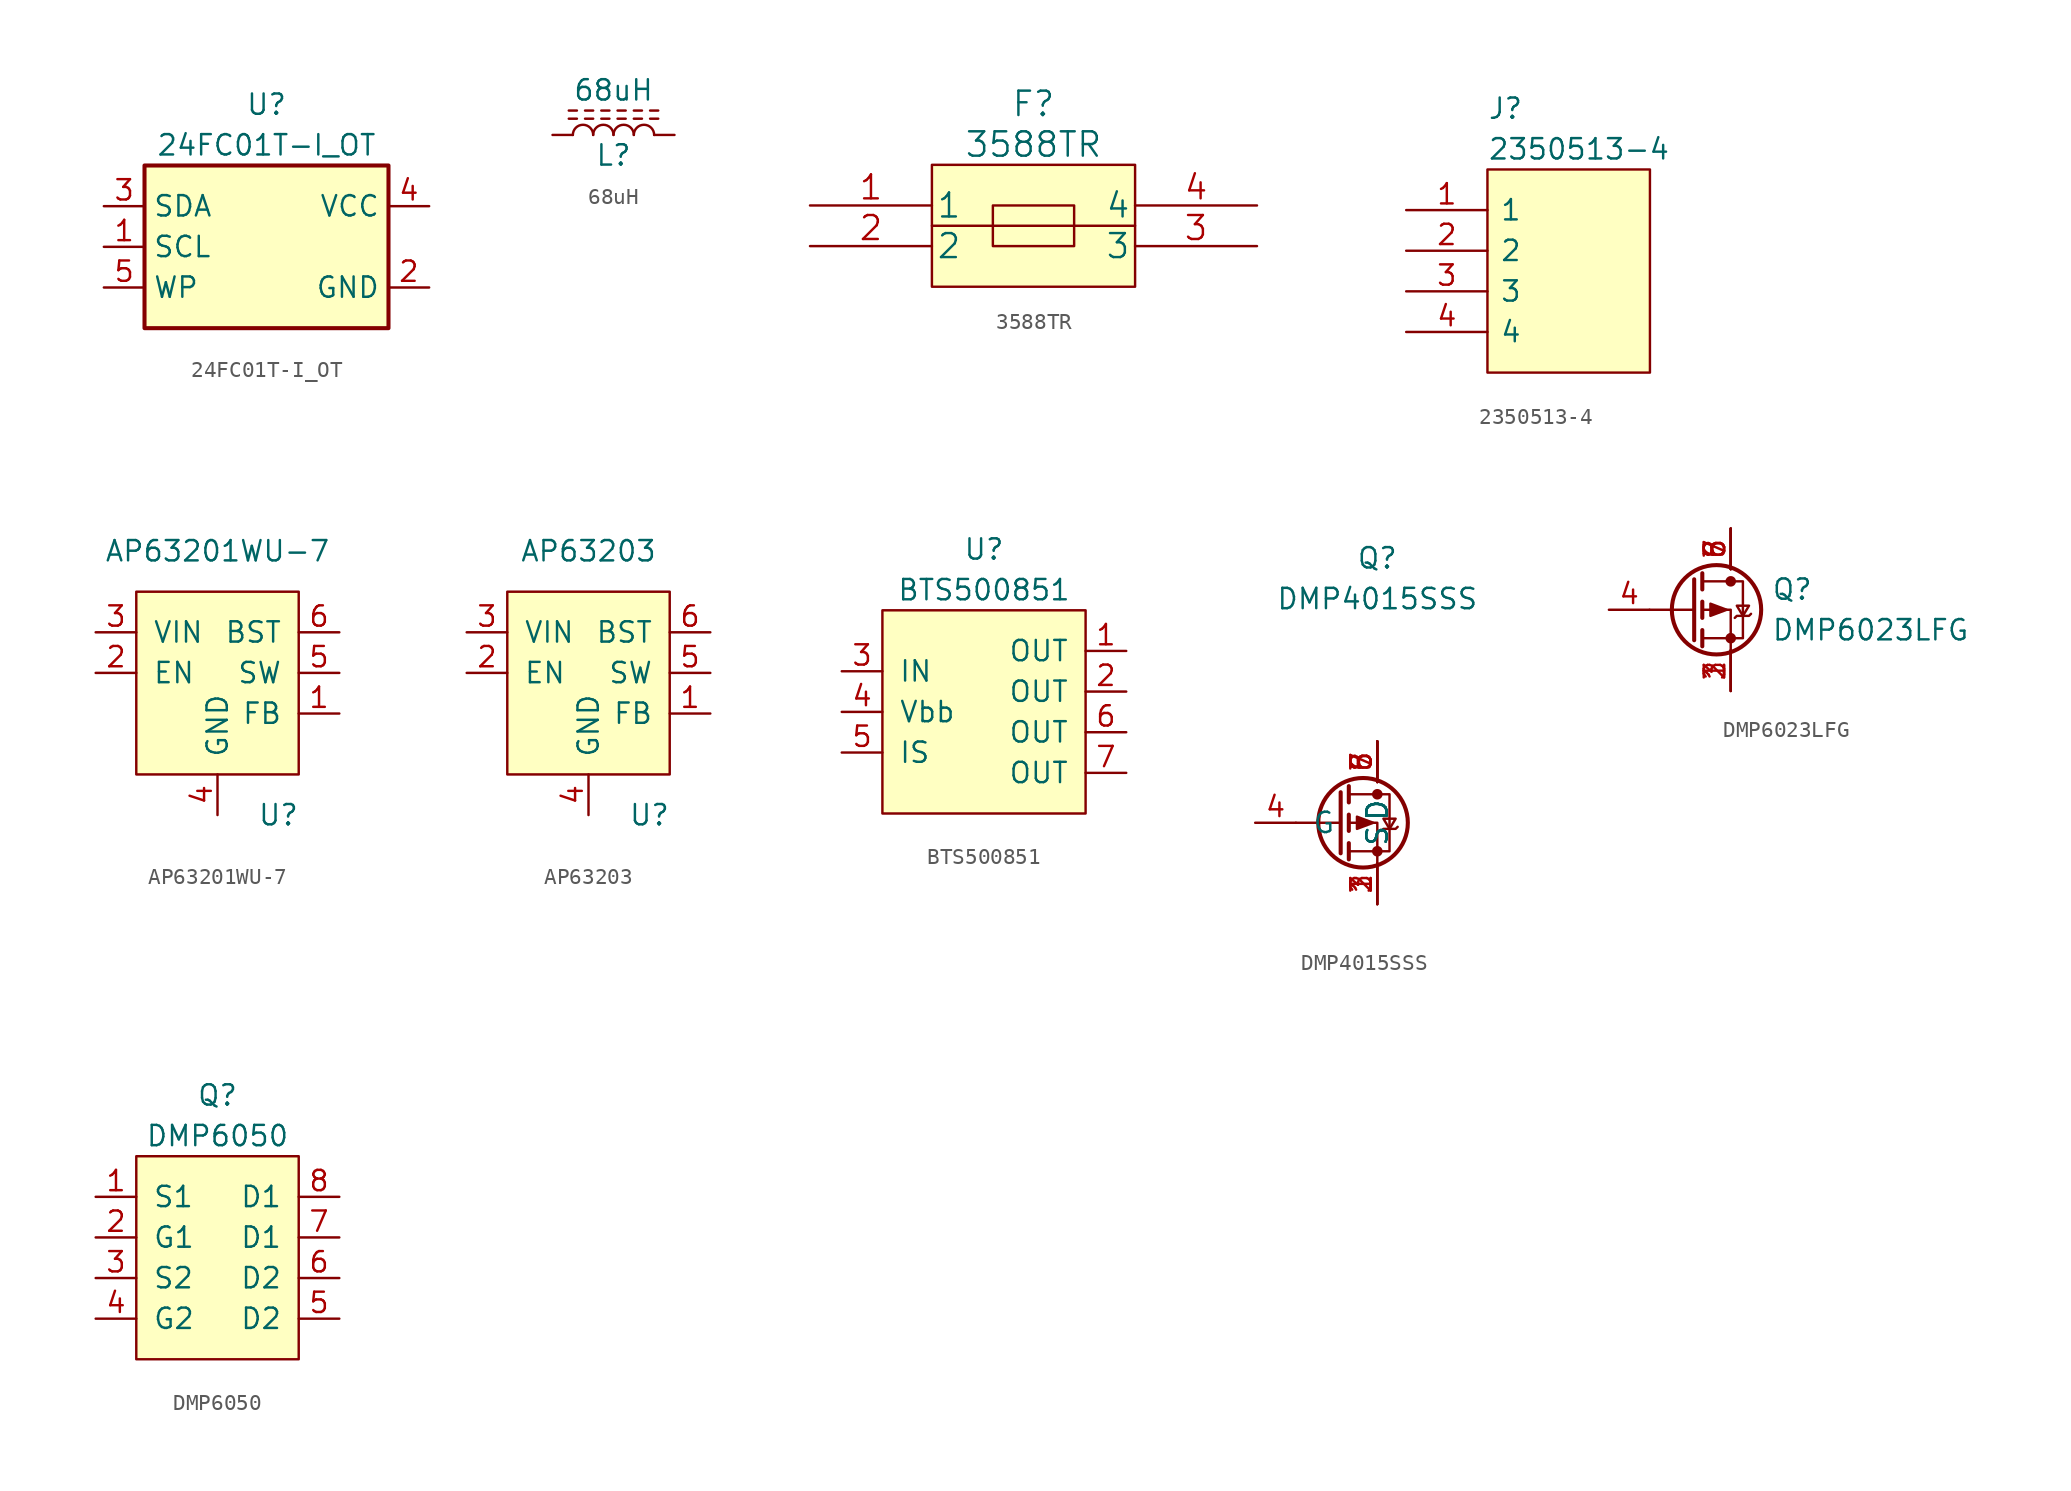
<source format=kicad_sym>
(kicad_symbol_lib
  (version 20211014)
  (generator kicad_symbol_editor)
  (symbol "24FC01T-I_OT"
    (property "Reference" "U"
      (at 0 8.89 0)
      (effects (font (size 1.27 1.27))))
    (property "Value" "24FC01T-I_OT"
      (at 0 6.35 0)
      (effects (font (size 1.27 1.27))))
    (symbol "24FC01T-I_OT_1_1"
      (rectangle (start -7.62 5.08) (end 7.62 -5.08) (stroke (width 0.254) (type default) (color 0 0 0 0)) (fill (type background)))
      (pin input line (at -10.16 0 0) (length 2.54) (name "SCL" (effects (font (size 1.27 1.27)))) (number "1" (effects (font (size 1.27 1.27)))))
      (pin power_in line (at 10.16 -2.54 180) (length 2.54) (name "GND" (effects (font (size 1.27 1.27)))) (number "2" (effects (font (size 1.27 1.27)))))
      (pin bidirectional line (at -10.16 2.54 0) (length 2.54) (name "SDA" (effects (font (size 1.27 1.27)))) (number "3" (effects (font (size 1.27 1.27)))))
      (pin power_in line (at 10.16 2.54 180) (length 2.54) (name "VCC" (effects (font (size 1.27 1.27)))) (number "4" (effects (font (size 1.27 1.27)))))
      (pin input line (at -10.16 -2.54 0) (length 2.54) (name "WP" (effects (font (size 1.27 1.27)))) (number "5" (effects (font (size 1.27 1.27)))))))
  (symbol "68uH"
    (pin_numbers hide)
    (pin_names
      (offset 1.016) hide)
    (property "Reference" "L"
      (at 0 -1.27 0)
      (effects (font (size 1.27 1.27))))
    (property "Value" "68uH"
      (at 0 2.794 0)
      (effects (font (size 1.27 1.27))))
    (symbol "68uH_0_1"
      (arc (start -1.27 0) (mid -1.905 0.635) (end -2.54 0) (stroke (width 0) (type default) (color 0 0 0 0)) (fill (type none)))
      (arc (start 0 0) (mid -0.635 0.635) (end -1.27 0) (stroke (width 0) (type default) (color 0 0 0 0)) (fill (type none)))
      (polyline (pts (xy -2.794 1.524) (xy -2.286 1.524)) (stroke (width 0) (type default) (color 0 0 0 0)) (fill (type none)))
      (polyline (pts (xy -2.286 1.016) (xy -2.794 1.016)) (stroke (width 0) (type default) (color 0 0 0 0)) (fill (type none)))
      (polyline (pts (xy -1.778 1.524) (xy -1.27 1.524)) (stroke (width 0) (type default) (color 0 0 0 0)) (fill (type none)))
      (polyline (pts (xy -1.27 1.016) (xy -1.778 1.016)) (stroke (width 0) (type default) (color 0 0 0 0)) (fill (type none)))
      (polyline (pts (xy -0.762 1.524) (xy -0.254 1.524)) (stroke (width 0) (type default) (color 0 0 0 0)) (fill (type none)))
      (polyline (pts (xy -0.254 1.016) (xy -0.762 1.016)) (stroke (width 0) (type default) (color 0 0 0 0)) (fill (type none)))
      (polyline (pts (xy 0.254 1.524) (xy 0.762 1.524)) (stroke (width 0) (type default) (color 0 0 0 0)) (fill (type none)))
      (polyline (pts (xy 0.762 1.016) (xy 0.254 1.016)) (stroke (width 0) (type default) (color 0 0 0 0)) (fill (type none)))
      (polyline (pts (xy 1.27 1.524) (xy 1.778 1.524)) (stroke (width 0) (type default) (color 0 0 0 0)) (fill (type none)))
      (polyline (pts (xy 1.778 1.016) (xy 1.27 1.016)) (stroke (width 0) (type default) (color 0 0 0 0)) (fill (type none)))
      (polyline (pts (xy 2.286 1.524) (xy 2.794 1.524)) (stroke (width 0) (type default) (color 0 0 0 0)) (fill (type none)))
      (polyline (pts (xy 2.794 1.016) (xy 2.286 1.016)) (stroke (width 0) (type default) (color 0 0 0 0)) (fill (type none)))
      (arc (start 1.27 0) (mid 0.635 0.635) (end 0 0) (stroke (width 0) (type default) (color 0 0 0 0)) (fill (type none)))
      (arc (start 2.54 0) (mid 1.905 0.635) (end 1.27 0) (stroke (width 0) (type default) (color 0 0 0 0)) (fill (type none))))
    (symbol "68uH_1_1"
      (pin passive line (at -3.81 0 0) (length 1.27) (name "1" (effects (font (size 1.27 1.27)))) (number "1" (effects (font (size 1.27 1.27)))))
      (pin passive line (at 3.81 0 180) (length 1.27) (name "2" (effects (font (size 1.27 1.27)))) (number "2" (effects (font (size 1.27 1.27)))))))
  (symbol "3588TR"
    (pin_names
      (offset 0.254))
    (property "Reference" "F"
      (at 0 7.62 0)
      (effects (font (size 1.524 1.524))))
    (property "Value" "3588TR"
      (at 0 5.08 0)
      (effects (font (size 1.524 1.524))))
    (symbol "3588TR_0_1"
      (rectangle (start -6.35 3.81) (end 6.35 -3.81) (stroke (width 0) (type default) (color 0 0 0 0)) (fill (type background)))
      (rectangle (start -2.54 1.27) (end 2.54 -1.27) (stroke (width 0) (type default) (color 0 0 0 0)) (fill (type none)))
      (polyline (pts (xy -6.35 0) (xy 6.35 0)) (stroke (width 0) (type default) (color 0 0 0 0)) (fill (type none))))
    (symbol "3588TR_1_1"
      (pin unspecified line (at -13.97 1.27 0) (length 7.62) (name "1" (effects (font (size 1.499 1.499)))) (number "1" (effects (font (size 1.499 1.499)))))
      (pin unspecified line (at -13.97 -1.27 0) (length 7.62) (name "2" (effects (font (size 1.499 1.499)))) (number "2" (effects (font (size 1.499 1.499)))))
      (pin unspecified line (at 13.97 -1.27 180) (length 7.62) (name "3" (effects (font (size 1.499 1.499)))) (number "3" (effects (font (size 1.499 1.499)))))
      (pin unspecified line (at 13.97 1.27 180) (length 7.62) (name "4" (effects (font (size 1.499 1.499)))) (number "4" (effects (font (size 1.499 1.499)))))))
  (symbol "2350513-4"
    (pin_names
      (offset 0.762))
    (property "Reference" "J"
      (at 5.08 6.35 0)
      (effects (font (size 1.27 1.27)) (justify left)))
    (property "Value" "2350513-4"
      (at 5.08 3.81 0)
      (effects (font (size 1.27 1.27)) (justify left)))
    (symbol "2350513-4_0_0"
      (pin passive line (at 0 0 0) (length 5.08) (name "1" (effects (font (size 1.27 1.27)))) (number "1" (effects (font (size 1.27 1.27)))))
      (pin passive line (at 0 -2.54 0) (length 5.08) (name "2" (effects (font (size 1.27 1.27)))) (number "2" (effects (font (size 1.27 1.27)))))
      (pin passive line (at 0 -5.08 0) (length 5.08) (name "3" (effects (font (size 1.27 1.27)))) (number "3" (effects (font (size 1.27 1.27)))))
      (pin passive line (at 0 -7.62 0) (length 5.08) (name "4" (effects (font (size 1.27 1.27)))) (number "4" (effects (font (size 1.27 1.27))))))
    (symbol "2350513-4_0_1"
      (polyline (pts (xy 5.08 2.54) (xy 15.24 2.54) (xy 15.24 -10.16) (xy 5.08 -10.16) (xy 5.08 2.54)) (stroke (width 0.152) (type default) (color 0 0 0 0)) (fill (type background)))))
  (symbol "AP63201WU-7"
    (pin_names
      (offset 1.016))
    (property "Reference" "U"
      (at 3.81 -8.89 0)
      (effects (font (size 1.27 1.27))))
    (property "Value" "AP63201WU-7"
      (at 0 7.62 0)
      (effects (font (size 1.27 1.27))))
    (symbol "AP63201WU-7_0_1"
      (rectangle (start -5.08 5.08) (end 5.08 -6.35) (stroke (width 0) (type default) (color 0 0 0 0)) (fill (type background))))
    (symbol "AP63201WU-7_1_1"
      (pin input line (at 7.62 -2.54 180) (length 2.54) (name "FB" (effects (font (size 1.27 1.27)))) (number "1" (effects (font (size 1.27 1.27)))))
      (pin input line (at -7.62 0 0) (length 2.54) (name "EN" (effects (font (size 1.27 1.27)))) (number "2" (effects (font (size 1.27 1.27)))))
      (pin input line (at -7.62 2.54 0) (length 2.54) (name "VIN" (effects (font (size 1.27 1.27)))) (number "3" (effects (font (size 1.27 1.27)))))
      (pin input line (at 0 -8.89 90) (length 2.54) (name "GND" (effects (font (size 1.27 1.27)))) (number "4" (effects (font (size 1.27 1.27)))))
      (pin output line (at 7.62 0 180) (length 2.54) (name "SW" (effects (font (size 1.27 1.27)))) (number "5" (effects (font (size 1.27 1.27)))))
      (pin bidirectional line (at 7.62 2.54 180) (length 2.54) (name "BST" (effects (font (size 1.27 1.27)))) (number "6" (effects (font (size 1.27 1.27)))))))
  (symbol "AP63203"
    (pin_names
      (offset 1.016))
    (property "Reference" "U"
      (at 3.81 -8.89 0)
      (effects (font (size 1.27 1.27))))
    (property "Value" "AP63203"
      (at 0 7.62 0)
      (effects (font (size 1.27 1.27))))
    (symbol "AP63203_0_1"
      (rectangle (start -5.08 5.08) (end 5.08 -6.35) (stroke (width 0) (type default) (color 0 0 0 0)) (fill (type background))))
    (symbol "AP63203_1_1"
      (pin input line (at 7.62 -2.54 180) (length 2.54) (name "FB" (effects (font (size 1.27 1.27)))) (number "1" (effects (font (size 1.27 1.27)))))
      (pin input line (at -7.62 0 0) (length 2.54) (name "EN" (effects (font (size 1.27 1.27)))) (number "2" (effects (font (size 1.27 1.27)))))
      (pin input line (at -7.62 2.54 0) (length 2.54) (name "VIN" (effects (font (size 1.27 1.27)))) (number "3" (effects (font (size 1.27 1.27)))))
      (pin input line (at 0 -8.89 90) (length 2.54) (name "GND" (effects (font (size 1.27 1.27)))) (number "4" (effects (font (size 1.27 1.27)))))
      (pin output line (at 7.62 0 180) (length 2.54) (name "SW" (effects (font (size 1.27 1.27)))) (number "5" (effects (font (size 1.27 1.27)))))
      (pin bidirectional line (at 7.62 2.54 180) (length 2.54) (name "BST" (effects (font (size 1.27 1.27)))) (number "6" (effects (font (size 1.27 1.27)))))))
  (symbol "BTS500851"
    (pin_names
      (offset 1.016))
    (property "Reference" "U"
      (at 0 10.16 0)
      (effects (font (size 1.27 1.27))))
    (property "Value" "BTS500851"
      (at 0 7.62 0)
      (effects (font (size 1.27 1.27))))
    (symbol "BTS500851_0_0"
      (pin power_out line (at 8.89 3.81 180) (length 2.54) (name "OUT" (effects (font (size 1.27 1.27)))) (number "1" (effects (font (size 1.27 1.27)))))
      (pin power_out line (at 8.89 1.27 180) (length 2.54) (name "OUT" (effects (font (size 1.27 1.27)))) (number "2" (effects (font (size 1.27 1.27)))))
      (pin input line (at -8.89 2.54 0) (length 2.54) (name "IN" (effects (font (size 1.27 1.27)))) (number "3" (effects (font (size 1.27 1.27)))))
      (pin power_out line (at -8.89 0 0) (length 2.54) (name "Vbb" (effects (font (size 1.27 1.27)))) (number "4" (effects (font (size 1.27 1.27)))))
      (pin output line (at -8.89 -2.54 0) (length 2.54) (name "IS" (effects (font (size 1.27 1.27)))) (number "5" (effects (font (size 1.27 1.27)))))
      (pin power_out line (at 8.89 -1.27 180) (length 2.54) (name "OUT" (effects (font (size 1.27 1.27)))) (number "6" (effects (font (size 1.27 1.27)))))
      (pin power_out line (at 8.89 -3.81 180) (length 2.54) (name "OUT" (effects (font (size 1.27 1.27)))) (number "7" (effects (font (size 1.27 1.27))))))
    (symbol "BTS500851_0_1"
      (rectangle (start -6.35 6.35) (end 6.35 -6.35) (stroke (width 0) (type default) (color 0 0 0 0)) (fill (type background)))))
  (symbol "DMP4015SSS"
    (pin_names
      (offset 1.016))
    (property "Reference" "Q"
      (at 0 16.51 0)
      (effects (font (size 1.27 1.27))))
    (property "Value" "DMP4015SSS"
      (at 0 13.97 0)
      (effects (font (size 1.27 1.27))))
    (symbol "DMP4015SSS_1_1"
      (circle (center -0.889 0) (radius 2.794) (stroke (width 0.254) (type default) (color 0 0 0 0)) (fill (type none)))
      (circle (center 0 -1.778) (radius 0.254) (stroke (width 0) (type default) (color 0 0 0 0)) (fill (type outline)))
      (polyline (pts (xy -2.286 0) (xy -5.08 0)) (stroke (width 0) (type default) (color 0 0 0 0)) (fill (type none)))
      (polyline (pts (xy -2.286 1.905) (xy -2.286 -1.905)) (stroke (width 0.254) (type default) (color 0 0 0 0)) (fill (type none)))
      (polyline (pts (xy -1.778 -1.27) (xy -1.778 -2.286)) (stroke (width 0.254) (type default) (color 0 0 0 0)) (fill (type none)))
      (polyline (pts (xy -1.778 0.508) (xy -1.778 -0.508)) (stroke (width 0.254) (type default) (color 0 0 0 0)) (fill (type none)))
      (polyline (pts (xy -1.778 2.286) (xy -1.778 1.27)) (stroke (width 0.254) (type default) (color 0 0 0 0)) (fill (type none)))
      (polyline (pts (xy 0 -2.54) (xy 0 0) (xy -1.778 0)) (stroke (width 0) (type default) (color 0 0 0 0)) (fill (type none)))
      (polyline (pts (xy -1.778 1.778) (xy 0.762 1.778) (xy 0.762 -1.778) (xy -1.778 -1.778)) (stroke (width 0) (type default) (color 0 0 0 0)) (fill (type none)))
      (polyline (pts (xy -0.254 0) (xy -1.27 0.381) (xy -1.27 -0.381) (xy -0.254 0)) (stroke (width 0) (type default) (color 0 0 0 0)) (fill (type outline)))
      (polyline (pts (xy 0.254 -0.508) (xy 0.381 -0.381) (xy 1.143 -0.381) (xy 1.27 -0.254)) (stroke (width 0) (type default) (color 0 0 0 0)) (fill (type none)))
      (polyline (pts (xy 0.762 -0.381) (xy 0.381 0.254) (xy 1.143 0.254) (xy 0.762 -0.381)) (stroke (width 0) (type default) (color 0 0 0 0)) (fill (type none)))
      (circle (center 0 1.778) (radius 0.254) (stroke (width 0) (type default) (color 0 0 0 0)) (fill (type outline)))
      (pin passive line (at 0 -5.08 90) (length 2.54) (name "S" (effects (font (size 1.27 1.27)))) (number "1" (effects (font (size 1.27 1.27)))))
      (pin passive line (at 0 -5.08 90) (length 2.54) (name "S" (effects (font (size 1.27 1.27)))) (number "2" (effects (font (size 1.27 1.27)))))
      (pin passive line (at 0 -5.08 90) (length 2.54) (name "S" (effects (font (size 1.27 1.27)))) (number "3" (effects (font (size 1.27 1.27)))))
      (pin input line (at -7.62 0 0) (length 2.54) (name "G" (effects (font (size 1.27 1.27)))) (number "4" (effects (font (size 1.27 1.27)))))
      (pin passive line (at 0 5.08 270) (length 2.54) (name "D" (effects (font (size 1.27 1.27)))) (number "5" (effects (font (size 1.27 1.27)))))
      (pin passive line (at 0 5.08 270) (length 2.54) (name "D" (effects (font (size 1.27 1.27)))) (number "6" (effects (font (size 1.27 1.27)))))
      (pin passive line (at 0 5.08 270) (length 2.54) (name "D" (effects (font (size 1.27 1.27)))) (number "7" (effects (font (size 1.27 1.27)))))
      (pin passive line (at 0 5.08 270) (length 2.54) (name "D" (effects (font (size 1.27 1.27)))) (number "8" (effects (font (size 1.27 1.27)))))))
  (symbol "DMP6023LFG"
    (pin_names
      (offset 0) hide)
    (property "Reference" "Q"
      (at 5.08 1.27 0)
      (effects (font (size 1.27 1.27)) (justify left)))
    (property "Value" "DMP6023LFG"
      (at 5.08 -1.27 0)
      (effects (font (size 1.27 1.27)) (justify left)))
    (symbol "DMP6023LFG_0_1"
      (polyline (pts (xy 0.254 0) (xy -2.54 0)) (stroke (width 0) (type default) (color 0 0 0 0)) (fill (type none)))
      (polyline (pts (xy 0.254 1.905) (xy 0.254 -1.905)) (stroke (width 0.254) (type default) (color 0 0 0 0)) (fill (type none)))
      (polyline (pts (xy 0.762 -1.27) (xy 0.762 -2.286)) (stroke (width 0.254) (type default) (color 0 0 0 0)) (fill (type none)))
      (polyline (pts (xy 0.762 0.508) (xy 0.762 -0.508)) (stroke (width 0.254) (type default) (color 0 0 0 0)) (fill (type none)))
      (polyline (pts (xy 0.762 2.286) (xy 0.762 1.27)) (stroke (width 0.254) (type default) (color 0 0 0 0)) (fill (type none)))
      (polyline (pts (xy 2.54 -2.54) (xy 2.54 0) (xy 0.762 0)) (stroke (width 0) (type default) (color 0 0 0 0)) (fill (type none)))
      (polyline (pts (xy 0.762 1.778) (xy 3.302 1.778) (xy 3.302 -1.778) (xy 0.762 -1.778)) (stroke (width 0) (type default) (color 0 0 0 0)) (fill (type none)))
      (polyline (pts (xy 2.286 0) (xy 1.27 0.381) (xy 1.27 -0.381) (xy 2.286 0)) (stroke (width 0) (type default) (color 0 0 0 0)) (fill (type outline)))
      (polyline (pts (xy 2.794 -0.508) (xy 2.921 -0.381) (xy 3.683 -0.381) (xy 3.81 -0.254)) (stroke (width 0) (type default) (color 0 0 0 0)) (fill (type none)))
      (polyline (pts (xy 3.302 -0.381) (xy 2.921 0.254) (xy 3.683 0.254) (xy 3.302 -0.381)) (stroke (width 0) (type default) (color 0 0 0 0)) (fill (type none)))
      (circle (center 1.651 0) (radius 2.794) (stroke (width 0.254) (type default) (color 0 0 0 0)) (fill (type none)))
      (circle (center 2.54 -1.778) (radius 0.254) (stroke (width 0) (type default) (color 0 0 0 0)) (fill (type outline)))
      (circle (center 2.54 1.778) (radius 0.254) (stroke (width 0) (type default) (color 0 0 0 0)) (fill (type outline))))
    (symbol "DMP6023LFG_1_1"
      (pin passive line (at 2.54 -5.08 90) (length 2.54) (name "S" (effects (font (size 1.27 1.27)))) (number "1" (effects (font (size 1.27 1.27)))))
      (pin passive line (at 2.54 -5.08 90) (length 2.54) (name "S" (effects (font (size 1.27 1.27)))) (number "2" (effects (font (size 1.27 1.27)))))
      (pin passive line (at 2.54 -5.08 90) (length 2.54) (name "S" (effects (font (size 1.27 1.27)))) (number "3" (effects (font (size 1.27 1.27)))))
      (pin input line (at -5.08 0 0) (length 2.54) (name "G" (effects (font (size 1.27 1.27)))) (number "4" (effects (font (size 1.27 1.27)))))
      (pin passive line (at 2.54 5.08 270) (length 2.54) (name "D" (effects (font (size 1.27 1.27)))) (number "5" (effects (font (size 1.27 1.27)))))
      (pin passive line (at 2.54 5.08 270) (length 2.54) (name "D" (effects (font (size 1.27 1.27)))) (number "6" (effects (font (size 1.27 1.27)))))
      (pin passive line (at 2.54 5.08 270) (length 2.54) (name "D" (effects (font (size 1.27 1.27)))) (number "7" (effects (font (size 1.27 1.27)))))
      (pin passive line (at 2.54 5.08 270) (length 2.54) (name "D" (effects (font (size 1.27 1.27)))) (number "8" (effects (font (size 1.27 1.27)))))))
  (symbol "DMP6050"
    (pin_names
      (offset 1.016))
    (property "Reference" "Q"
      (at 0 10.16 0)
      (effects (font (size 1.27 1.27))))
    (property "Value" "DMP6050"
      (at 0 7.62 0)
      (effects (font (size 1.27 1.27))))
    (symbol "DMP6050_0_1"
      (rectangle (start -5.08 6.35) (end 5.08 -6.35) (stroke (width 0) (type default) (color 0 0 0 0)) (fill (type background))))
    (symbol "DMP6050_1_1"
      (pin input line (at -7.62 3.81 0) (length 2.54) (name "S1" (effects (font (size 1.27 1.27)))) (number "1" (effects (font (size 1.27 1.27)))))
      (pin input line (at -7.62 1.27 0) (length 2.54) (name "G1" (effects (font (size 1.27 1.27)))) (number "2" (effects (font (size 1.27 1.27)))))
      (pin input line (at -7.62 -1.27 0) (length 2.54) (name "S2" (effects (font (size 1.27 1.27)))) (number "3" (effects (font (size 1.27 1.27)))))
      (pin input line (at -7.62 -3.81 0) (length 2.54) (name "G2" (effects (font (size 1.27 1.27)))) (number "4" (effects (font (size 1.27 1.27)))))
      (pin input line (at 7.62 -3.81 180) (length 2.54) (name "D2" (effects (font (size 1.27 1.27)))) (number "5" (effects (font (size 1.27 1.27)))))
      (pin input line (at 7.62 -1.27 180) (length 2.54) (name "D2" (effects (font (size 1.27 1.27)))) (number "6" (effects (font (size 1.27 1.27)))))
      (pin input line (at 7.62 1.27 180) (length 2.54) (name "D1" (effects (font (size 1.27 1.27)))) (number "7" (effects (font (size 1.27 1.27)))))
      (pin input line (at 7.62 3.81 180) (length 2.54) (name "D1" (effects (font (size 1.27 1.27)))) (number "8" (effects (font (size 1.27 1.27))))))))
</source>
